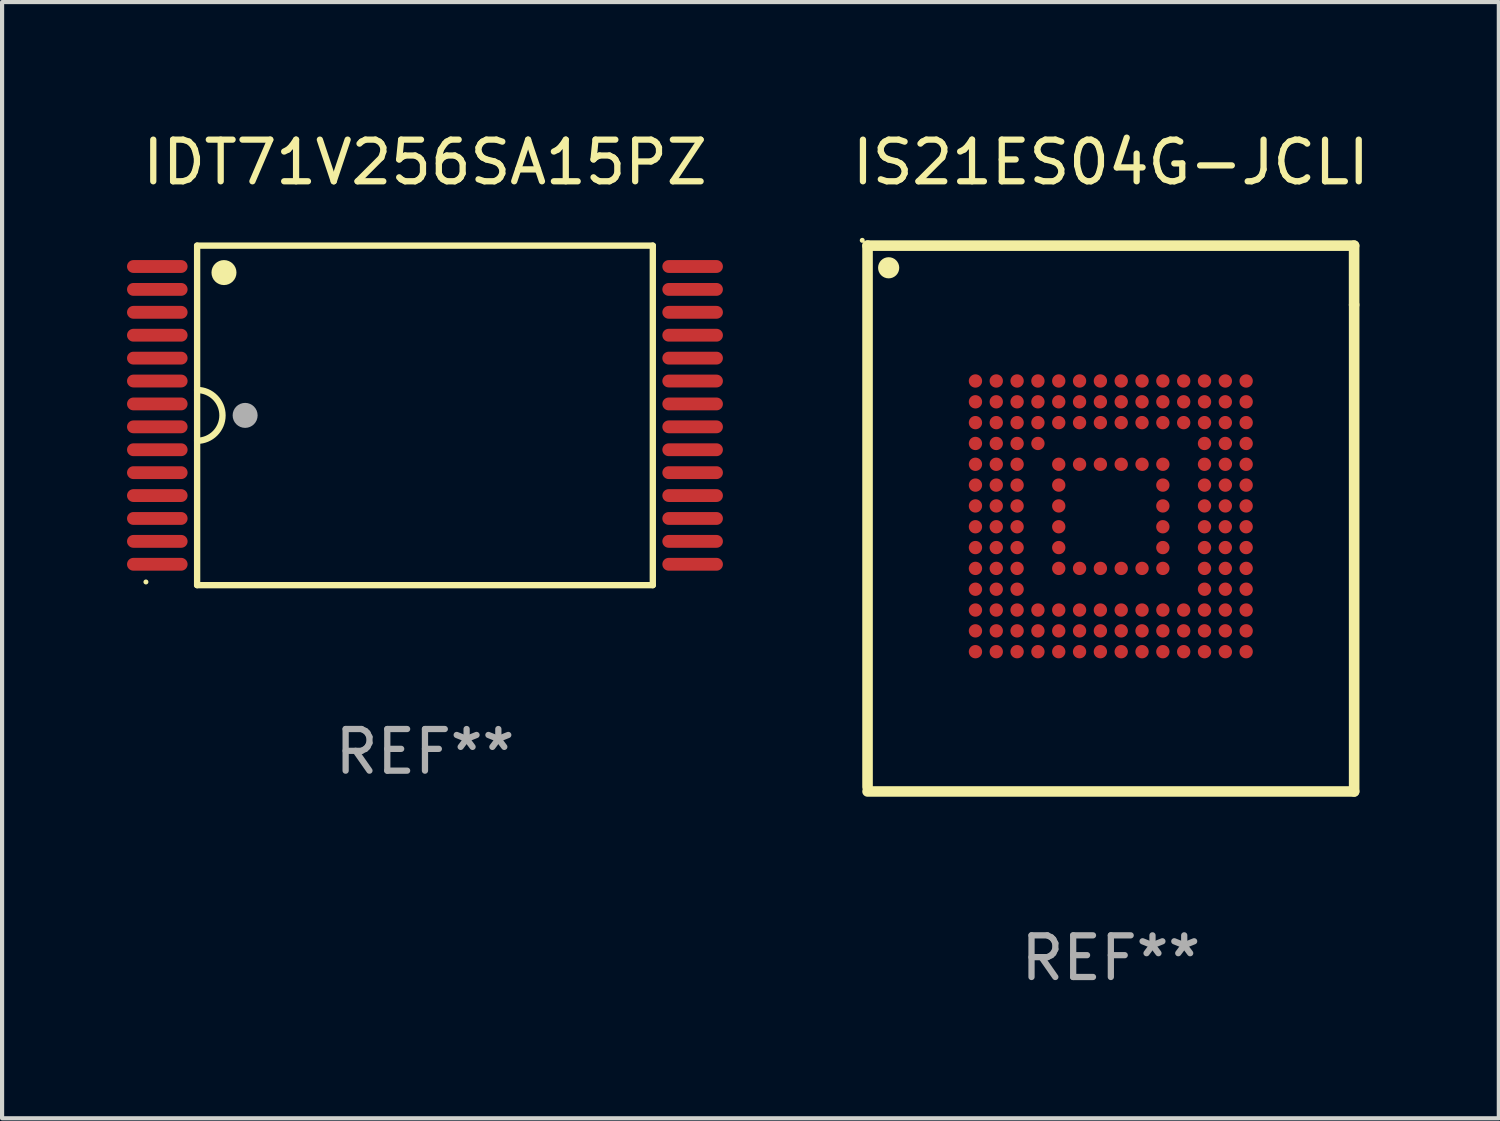
<source format=kicad_pcb>
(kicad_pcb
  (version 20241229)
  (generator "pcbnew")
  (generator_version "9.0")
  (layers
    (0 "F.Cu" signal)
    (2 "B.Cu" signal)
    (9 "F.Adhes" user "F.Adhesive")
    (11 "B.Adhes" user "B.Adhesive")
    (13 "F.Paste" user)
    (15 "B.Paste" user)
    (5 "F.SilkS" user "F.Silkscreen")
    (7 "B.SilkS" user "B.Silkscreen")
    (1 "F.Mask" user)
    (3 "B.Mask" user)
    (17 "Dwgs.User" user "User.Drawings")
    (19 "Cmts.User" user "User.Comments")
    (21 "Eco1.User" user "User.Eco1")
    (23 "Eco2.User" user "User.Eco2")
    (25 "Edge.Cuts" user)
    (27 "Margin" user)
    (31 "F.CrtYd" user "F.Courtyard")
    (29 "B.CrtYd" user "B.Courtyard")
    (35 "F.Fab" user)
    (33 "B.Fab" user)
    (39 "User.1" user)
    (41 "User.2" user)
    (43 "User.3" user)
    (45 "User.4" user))
  (footprint "IDT71V256SA15PZ"
    (layer "F.Cu")
    (at 7.154 6.924)
    (property "Reference" "IDT71V256SA15PZ" (at 0 -6.076 0) (layer "F.SilkS") (effects (font (size 1 1) (thickness 0.15))))
    (attr through_hole)
    (fp_line (start -5.471 -4.076) (end 5.471 -4.076) (stroke (width 0.152) (type solid)) (layer "F.SilkS"))
    (fp_line (start -5.471 4.076) (end -5.471 -4.076) (stroke (width 0.152) (type solid)) (layer "F.SilkS"))
    (fp_line (start 5.471 -4.076) (end 5.471 4.076) (stroke (width 0.152) (type solid)) (layer "F.SilkS"))
    (fp_line (start 5.471 4.076) (end -5.471 4.076) (stroke (width 0.152) (type solid)) (layer "F.SilkS"))
    (fp_arc (start -5.471424 -0.609524) (mid -4.861875 -0.000113) (end -5.471171 0.60955) (stroke (width 0.1524) (type solid)) (layer "F.SilkS"))
    (fp_circle (center -6.7 4) (end -6.67 4) (stroke (width 0.06) (type solid)) (fill no) (layer "F.SilkS"))
    (fp_circle (center -4.826 -3.429) (end -4.676 -3.429) (stroke (width 0.3) (type solid)) (fill no) (layer "F.SilkS"))
    (fp_circle (center -4.318 0) (end -4.168 0) (stroke (width 0.3) (type solid)) (fill no) (layer "F.Fab"))
    (fp_text user "REF**" (at 0 8.076 0) (layer "F.Fab") (effects (font (size 1 1) (thickness 0.15))))
    (pad "1" smd oval (at -6.427 0.275 270) (size 0.308 1.454) (layers "F.Cu" "F.Mask" "F.Paste"))
    (pad "2" smd oval (at -6.427 0.825 270) (size 0.308 1.454) (layers "F.Cu" "F.Mask" "F.Paste"))
    (pad "3" smd oval (at -6.427 1.375 270) (size 0.308 1.454) (layers "F.Cu" "F.Mask" "F.Paste"))
    (pad "4" smd oval (at -6.427 1.925 270) (size 0.308 1.454) (layers "F.Cu" "F.Mask" "F.Paste"))
    (pad "5" smd oval (at -6.427 2.475 270) (size 0.308 1.454) (layers "F.Cu" "F.Mask" "F.Paste"))
    (pad "6" smd oval (at -6.427 3.025 270) (size 0.308 1.454) (layers "F.Cu" "F.Mask" "F.Paste"))
    (pad "7" smd oval (at -6.427 3.575 270) (size 0.308 1.454) (layers "F.Cu" "F.Mask" "F.Paste"))
    (pad "8" smd oval (at 6.427 3.575 270) (size 0.308 1.454) (layers "F.Cu" "F.Mask" "F.Paste"))
    (pad "9" smd oval (at 6.427 3.025 270) (size 0.308 1.454) (layers "F.Cu" "F.Mask" "F.Paste"))
    (pad "10" smd oval (at 6.427 2.475 270) (size 0.308 1.454) (layers "F.Cu" "F.Mask" "F.Paste"))
    (pad "11" smd oval (at 6.427 1.925 270) (size 0.308 1.454) (layers "F.Cu" "F.Mask" "F.Paste"))
    (pad "12" smd oval (at 6.427 1.375 270) (size 0.308 1.454) (layers "F.Cu" "F.Mask" "F.Paste"))
    (pad "13" smd oval (at 6.427 0.825 270) (size 0.308 1.454) (layers "F.Cu" "F.Mask" "F.Paste"))
    (pad "14" smd oval (at 6.427 0.275 270) (size 0.308 1.454) (layers "F.Cu" "F.Mask" "F.Paste"))
    (pad "15" smd oval (at 6.427 -0.275 270) (size 0.308 1.454) (layers "F.Cu" "F.Mask" "F.Paste"))
    (pad "16" smd oval (at 6.427 -0.825 270) (size 0.308 1.454) (layers "F.Cu" "F.Mask" "F.Paste"))
    (pad "17" smd oval (at 6.427 -1.375 270) (size 0.308 1.454) (layers "F.Cu" "F.Mask" "F.Paste"))
    (pad "18" smd oval (at 6.427 -1.925 270) (size 0.308 1.454) (layers "F.Cu" "F.Mask" "F.Paste"))
    (pad "19" smd oval (at 6.427 -2.475 270) (size 0.308 1.454) (layers "F.Cu" "F.Mask" "F.Paste"))
    (pad "20" smd oval (at 6.427 -3.025 270) (size 0.308 1.454) (layers "F.Cu" "F.Mask" "F.Paste"))
    (pad "21" smd oval (at 6.427 -3.575 270) (size 0.308 1.454) (layers "F.Cu" "F.Mask" "F.Paste"))
    (pad "22" smd oval (at -6.427 -3.575 270) (size 0.308 1.454) (layers "F.Cu" "F.Mask" "F.Paste"))
    (pad "23" smd oval (at -6.427 -3.025 270) (size 0.308 1.454) (layers "F.Cu" "F.Mask" "F.Paste"))
    (pad "24" smd oval (at -6.427 -2.475 270) (size 0.308 1.454) (layers "F.Cu" "F.Mask" "F.Paste"))
    (pad "25" smd oval (at -6.427 -1.925 270) (size 0.308 1.454) (layers "F.Cu" "F.Mask" "F.Paste"))
    (pad "26" smd oval (at -6.427 -1.375 270) (size 0.308 1.454) (layers "F.Cu" "F.Mask" "F.Paste"))
    (pad "27" smd oval (at -6.427 -0.825 270) (size 0.308 1.454) (layers "F.Cu" "F.Mask" "F.Paste"))
    (pad "28" smd oval (at -6.427 -0.275 270) (size 0.308 1.454) (layers "F.Cu" "F.Mask" "F.Paste")))
  (footprint "IS21ES04G-JCLI"
    (layer "F.Cu")
    (at 23.623 9.401)
    (property "Reference" "IS21ES04G-JCLI" (at 0 -8.553 0) (layer "F.SilkS") (effects (font (size 1 1) (thickness 0.15))))
    (attr through_hole)
    (fp_line (start -5.842 -6.553) (end 5.841 -6.553) (stroke (width 0.254) (type solid)) (layer "F.SilkS"))
    (fp_line (start -5.842 6.447) (end -5.842 -6.553) (stroke (width 0.254) (type solid)) (layer "F.SilkS"))
    (fp_line (start -5.842 6.553) (end 5.842 6.553) (stroke (width 0.254) (type solid)) (layer "F.SilkS"))
    (fp_line (start 5.841 -6.553) (end 5.841 -5.131) (stroke (width 0.254) (type solid)) (layer "F.SilkS"))
    (fp_line (start 5.842 6.553) (end 5.842 -5.131) (stroke (width 0.254) (type solid)) (layer "F.SilkS"))
    (fp_circle (center -5.969 -6.68) (end -5.939 -6.68) (stroke (width 0.06) (type solid)) (fill no) (layer "F.SilkS"))
    (fp_circle (center -5.335 -6.021) (end -5.208 -6.021) (stroke (width 0.254) (type solid)) (fill no) (layer "F.SilkS"))
    (fp_text user "REF**" (at 0 10.553 0) (layer "F.Fab") (effects (font (size 1 1) (thickness 0.15))))
    (pad "A1" smd circle (at -3.251 -3.303) (size 0.32 0.32) (layers "F.Cu" "F.Mask" "F.Paste"))
    (pad "A2" smd circle (at -2.751 -3.303) (size 0.32 0.32) (layers "F.Cu" "F.Mask" "F.Paste"))
    (pad "A3" smd circle (at -2.251 -3.303) (size 0.32 0.32) (layers "F.Cu" "F.Mask" "F.Paste"))
    (pad "A4" smd circle (at -1.751 -3.303) (size 0.32 0.32) (layers "F.Cu" "F.Mask" "F.Paste"))
    (pad "A5" smd circle (at -1.251 -3.303) (size 0.32 0.32) (layers "F.Cu" "F.Mask" "F.Paste"))
    (pad "A6" smd circle (at -0.751 -3.303) (size 0.32 0.32) (layers "F.Cu" "F.Mask" "F.Paste"))
    (pad "A7" smd circle (at -0.251 -3.303) (size 0.32 0.32) (layers "F.Cu" "F.Mask" "F.Paste"))
    (pad "A8" smd circle (at 0.249 -3.303) (size 0.32 0.32) (layers "F.Cu" "F.Mask" "F.Paste"))
    (pad "A9" smd circle (at 0.749 -3.303) (size 0.32 0.32) (layers "F.Cu" "F.Mask" "F.Paste"))
    (pad "A10" smd circle (at 1.249 -3.303) (size 0.32 0.32) (layers "F.Cu" "F.Mask" "F.Paste"))
    (pad "A11" smd circle (at 1.749 -3.303) (size 0.32 0.32) (layers "F.Cu" "F.Mask" "F.Paste"))
    (pad "A12" smd circle (at 2.249 -3.303) (size 0.32 0.32) (layers "F.Cu" "F.Mask" "F.Paste"))
    (pad "A13" smd circle (at 2.749 -3.303) (size 0.32 0.32) (layers "F.Cu" "F.Mask" "F.Paste"))
    (pad "A14" smd circle (at 3.249 -3.303) (size 0.32 0.32) (layers "F.Cu" "F.Mask" "F.Paste"))
    (pad "B1" smd circle (at -3.251 -2.803) (size 0.32 0.32) (layers "F.Cu" "F.Mask" "F.Paste"))
    (pad "B2" smd circle (at -2.751 -2.803) (size 0.32 0.32) (layers "F.Cu" "F.Mask" "F.Paste"))
    (pad "B3" smd circle (at -2.251 -2.803) (size 0.32 0.32) (layers "F.Cu" "F.Mask" "F.Paste"))
    (pad "B4" smd circle (at -1.751 -2.803) (size 0.32 0.32) (layers "F.Cu" "F.Mask" "F.Paste"))
    (pad "B5" smd circle (at -1.251 -2.803) (size 0.32 0.32) (layers "F.Cu" "F.Mask" "F.Paste"))
    (pad "B6" smd circle (at -0.751 -2.803) (size 0.32 0.32) (layers "F.Cu" "F.Mask" "F.Paste"))
    (pad "B7" smd circle (at -0.251 -2.803) (size 0.32 0.32) (layers "F.Cu" "F.Mask" "F.Paste"))
    (pad "B8" smd circle (at 0.249 -2.803) (size 0.32 0.32) (layers "F.Cu" "F.Mask" "F.Paste"))
    (pad "B9" smd circle (at 0.749 -2.803) (size 0.32 0.32) (layers "F.Cu" "F.Mask" "F.Paste"))
    (pad "B10" smd circle (at 1.249 -2.803) (size 0.32 0.32) (layers "F.Cu" "F.Mask" "F.Paste"))
    (pad "B11" smd circle (at 1.749 -2.803) (size 0.32 0.32) (layers "F.Cu" "F.Mask" "F.Paste"))
    (pad "B12" smd circle (at 2.249 -2.803) (size 0.32 0.32) (layers "F.Cu" "F.Mask" "F.Paste"))
    (pad "B13" smd circle (at 2.749 -2.803) (size 0.32 0.32) (layers "F.Cu" "F.Mask" "F.Paste"))
    (pad "B14" smd circle (at 3.249 -2.803) (size 0.32 0.32) (layers "F.Cu" "F.Mask" "F.Paste"))
    (pad "C1" smd circle (at -3.251 -2.303) (size 0.32 0.32) (layers "F.Cu" "F.Mask" "F.Paste"))
    (pad "C2" smd circle (at -2.751 -2.303) (size 0.32 0.32) (layers "F.Cu" "F.Mask" "F.Paste"))
    (pad "C3" smd circle (at -2.251 -2.303) (size 0.32 0.32) (layers "F.Cu" "F.Mask" "F.Paste"))
    (pad "C4" smd circle (at -1.751 -2.303) (size 0.32 0.32) (layers "F.Cu" "F.Mask" "F.Paste"))
    (pad "C5" smd circle (at -1.251 -2.303) (size 0.32 0.32) (layers "F.Cu" "F.Mask" "F.Paste"))
    (pad "C6" smd circle (at -0.751 -2.303) (size 0.32 0.32) (layers "F.Cu" "F.Mask" "F.Paste"))
    (pad "C7" smd circle (at -0.251 -2.303) (size 0.32 0.32) (layers "F.Cu" "F.Mask" "F.Paste"))
    (pad "C8" smd circle (at 0.249 -2.303) (size 0.32 0.32) (layers "F.Cu" "F.Mask" "F.Paste"))
    (pad "C9" smd circle (at 0.749 -2.303) (size 0.32 0.32) (layers "F.Cu" "F.Mask" "F.Paste"))
    (pad "C10" smd circle (at 1.249 -2.303) (size 0.32 0.32) (layers "F.Cu" "F.Mask" "F.Paste"))
    (pad "C11" smd circle (at 1.749 -2.303) (size 0.32 0.32) (layers "F.Cu" "F.Mask" "F.Paste"))
    (pad "C12" smd circle (at 2.249 -2.303) (size 0.32 0.32) (layers "F.Cu" "F.Mask" "F.Paste"))
    (pad "C13" smd circle (at 2.749 -2.303) (size 0.32 0.32) (layers "F.Cu" "F.Mask" "F.Paste"))
    (pad "C14" smd circle (at 3.249 -2.303) (size 0.32 0.32) (layers "F.Cu" "F.Mask" "F.Paste"))
    (pad "D1" smd circle (at -3.251 -1.803) (size 0.32 0.32) (layers "F.Cu" "F.Mask" "F.Paste"))
    (pad "D2" smd circle (at -2.751 -1.803) (size 0.32 0.32) (layers "F.Cu" "F.Mask" "F.Paste"))
    (pad "D3" smd circle (at -2.251 -1.803) (size 0.32 0.32) (layers "F.Cu" "F.Mask" "F.Paste"))
    (pad "D4" smd circle (at -1.751 -1.803) (size 0.32 0.32) (layers "F.Cu" "F.Mask" "F.Paste"))
    (pad "D12" smd circle (at 2.249 -1.803) (size 0.32 0.32) (layers "F.Cu" "F.Mask" "F.Paste"))
    (pad "D13" smd circle (at 2.749 -1.803) (size 0.32 0.32) (layers "F.Cu" "F.Mask" "F.Paste"))
    (pad "D14" smd circle (at 3.249 -1.803) (size 0.32 0.32) (layers "F.Cu" "F.Mask" "F.Paste"))
    (pad "E1" smd circle (at -3.251 -1.303) (size 0.32 0.32) (layers "F.Cu" "F.Mask" "F.Paste"))
    (pad "E2" smd circle (at -2.751 -1.303) (size 0.32 0.32) (layers "F.Cu" "F.Mask" "F.Paste"))
    (pad "E3" smd circle (at -2.251 -1.303) (size 0.32 0.32) (layers "F.Cu" "F.Mask" "F.Paste"))
    (pad "E5" smd circle (at -1.251 -1.303) (size 0.32 0.32) (layers "F.Cu" "F.Mask" "F.Paste"))
    (pad "E6" smd circle (at -0.751 -1.303) (size 0.32 0.32) (layers "F.Cu" "F.Mask" "F.Paste"))
    (pad "E7" smd circle (at -0.251 -1.303) (size 0.32 0.32) (layers "F.Cu" "F.Mask" "F.Paste"))
    (pad "E8" smd circle (at 0.249 -1.303) (size 0.32 0.32) (layers "F.Cu" "F.Mask" "F.Paste"))
    (pad "E9" smd circle (at 0.749 -1.303) (size 0.32 0.32) (layers "F.Cu" "F.Mask" "F.Paste"))
    (pad "E10" smd circle (at 1.249 -1.303) (size 0.32 0.32) (layers "F.Cu" "F.Mask" "F.Paste"))
    (pad "E12" smd circle (at 2.249 -1.303) (size 0.32 0.32) (layers "F.Cu" "F.Mask" "F.Paste"))
    (pad "E13" smd circle (at 2.749 -1.303) (size 0.32 0.32) (layers "F.Cu" "F.Mask" "F.Paste"))
    (pad "E14" smd circle (at 3.249 -1.303) (size 0.32 0.32) (layers "F.Cu" "F.Mask" "F.Paste"))
    (pad "F1" smd circle (at -3.251 -0.803) (size 0.32 0.32) (layers "F.Cu" "F.Mask" "F.Paste"))
    (pad "F2" smd circle (at -2.751 -0.803) (size 0.32 0.32) (layers "F.Cu" "F.Mask" "F.Paste"))
    (pad "F3" smd circle (at -2.251 -0.803) (size 0.32 0.32) (layers "F.Cu" "F.Mask" "F.Paste"))
    (pad "F5" smd circle (at -1.251 -0.803) (size 0.32 0.32) (layers "F.Cu" "F.Mask" "F.Paste"))
    (pad "F10" smd circle (at 1.249 -0.803) (size 0.32 0.32) (layers "F.Cu" "F.Mask" "F.Paste"))
    (pad "F12" smd circle (at 2.249 -0.803) (size 0.32 0.32) (layers "F.Cu" "F.Mask" "F.Paste"))
    (pad "F13" smd circle (at 2.749 -0.803) (size 0.32 0.32) (layers "F.Cu" "F.Mask" "F.Paste"))
    (pad "F14" smd circle (at 3.249 -0.803) (size 0.32 0.32) (layers "F.Cu" "F.Mask" "F.Paste"))
    (pad "G1" smd circle (at -3.251 -0.303) (size 0.32 0.32) (layers "F.Cu" "F.Mask" "F.Paste"))
    (pad "G2" smd circle (at -2.751 -0.303) (size 0.32 0.32) (layers "F.Cu" "F.Mask" "F.Paste"))
    (pad "G3" smd circle (at -2.251 -0.303) (size 0.32 0.32) (layers "F.Cu" "F.Mask" "F.Paste"))
    (pad "G5" smd circle (at -1.251 -0.303) (size 0.32 0.32) (layers "F.Cu" "F.Mask" "F.Paste"))
    (pad "G10" smd circle (at 1.249 -0.303) (size 0.32 0.32) (layers "F.Cu" "F.Mask" "F.Paste"))
    (pad "G12" smd circle (at 2.249 -0.303) (size 0.32 0.32) (layers "F.Cu" "F.Mask" "F.Paste"))
    (pad "G13" smd circle (at 2.749 -0.303) (size 0.32 0.32) (layers "F.Cu" "F.Mask" "F.Paste"))
    (pad "G14" smd circle (at 3.249 -0.303) (size 0.32 0.32) (layers "F.Cu" "F.Mask" "F.Paste"))
    (pad "H1" smd circle (at -3.251 0.197) (size 0.32 0.32) (layers "F.Cu" "F.Mask" "F.Paste"))
    (pad "H2" smd circle (at -2.751 0.197) (size 0.32 0.32) (layers "F.Cu" "F.Mask" "F.Paste"))
    (pad "H3" smd circle (at -2.251 0.197) (size 0.32 0.32) (layers "F.Cu" "F.Mask" "F.Paste"))
    (pad "H5" smd circle (at -1.251 0.197) (size 0.32 0.32) (layers "F.Cu" "F.Mask" "F.Paste"))
    (pad "H10" smd circle (at 1.249 0.197) (size 0.32 0.32) (layers "F.Cu" "F.Mask" "F.Paste"))
    (pad "H12" smd circle (at 2.249 0.197) (size 0.32 0.32) (layers "F.Cu" "F.Mask" "F.Paste"))
    (pad "H13" smd circle (at 2.749 0.197) (size 0.32 0.32) (layers "F.Cu" "F.Mask" "F.Paste"))
    (pad "H14" smd circle (at 3.249 0.197) (size 0.32 0.32) (layers "F.Cu" "F.Mask" "F.Paste"))
    (pad "J1" smd circle (at -3.251 0.697) (size 0.32 0.32) (layers "F.Cu" "F.Mask" "F.Paste"))
    (pad "J2" smd circle (at -2.751 0.697) (size 0.32 0.32) (layers "F.Cu" "F.Mask" "F.Paste"))
    (pad "J3" smd circle (at -2.251 0.697) (size 0.32 0.32) (layers "F.Cu" "F.Mask" "F.Paste"))
    (pad "J5" smd circle (at -1.251 0.697) (size 0.32 0.32) (layers "F.Cu" "F.Mask" "F.Paste"))
    (pad "J10" smd circle (at 1.249 0.697) (size 0.32 0.32) (layers "F.Cu" "F.Mask" "F.Paste"))
    (pad "J12" smd circle (at 2.249 0.697) (size 0.32 0.32) (layers "F.Cu" "F.Mask" "F.Paste"))
    (pad "J13" smd circle (at 2.749 0.697) (size 0.32 0.32) (layers "F.Cu" "F.Mask" "F.Paste"))
    (pad "J14" smd circle (at 3.249 0.697) (size 0.32 0.32) (layers "F.Cu" "F.Mask" "F.Paste"))
    (pad "K1" smd circle (at -3.251 1.197) (size 0.32 0.32) (layers "F.Cu" "F.Mask" "F.Paste"))
    (pad "K2" smd circle (at -2.751 1.197) (size 0.32 0.32) (layers "F.Cu" "F.Mask" "F.Paste"))
    (pad "K3" smd circle (at -2.251 1.197) (size 0.32 0.32) (layers "F.Cu" "F.Mask" "F.Paste"))
    (pad "K5" smd circle (at -1.251 1.197) (size 0.32 0.32) (layers "F.Cu" "F.Mask" "F.Paste"))
    (pad "K6" smd circle (at -0.751 1.197) (size 0.32 0.32) (layers "F.Cu" "F.Mask" "F.Paste"))
    (pad "K7" smd circle (at -0.251 1.197) (size 0.32 0.32) (layers "F.Cu" "F.Mask" "F.Paste"))
    (pad "K8" smd circle (at 0.249 1.197) (size 0.32 0.32) (layers "F.Cu" "F.Mask" "F.Paste"))
    (pad "K9" smd circle (at 0.749 1.197) (size 0.32 0.32) (layers "F.Cu" "F.Mask" "F.Paste"))
    (pad "K10" smd circle (at 1.249 1.197) (size 0.32 0.32) (layers "F.Cu" "F.Mask" "F.Paste"))
    (pad "K12" smd circle (at 2.249 1.197) (size 0.32 0.32) (layers "F.Cu" "F.Mask" "F.Paste"))
    (pad "K13" smd circle (at 2.749 1.197) (size 0.32 0.32) (layers "F.Cu" "F.Mask" "F.Paste"))
    (pad "K14" smd circle (at 3.249 1.197) (size 0.32 0.32) (layers "F.Cu" "F.Mask" "F.Paste"))
    (pad "L1" smd circle (at -3.251 1.697) (size 0.32 0.32) (layers "F.Cu" "F.Mask" "F.Paste"))
    (pad "L2" smd circle (at -2.751 1.697) (size 0.32 0.32) (layers "F.Cu" "F.Mask" "F.Paste"))
    (pad "L3" smd circle (at -2.251 1.697) (size 0.32 0.32) (layers "F.Cu" "F.Mask" "F.Paste"))
    (pad "L12" smd circle (at 2.249 1.697) (size 0.32 0.32) (layers "F.Cu" "F.Mask" "F.Paste"))
    (pad "L13" smd circle (at 2.749 1.697) (size 0.32 0.32) (layers "F.Cu" "F.Mask" "F.Paste"))
    (pad "L14" smd circle (at 3.249 1.697) (size 0.32 0.32) (layers "F.Cu" "F.Mask" "F.Paste"))
    (pad "M1" smd circle (at -3.251 2.197) (size 0.32 0.32) (layers "F.Cu" "F.Mask" "F.Paste"))
    (pad "M2" smd circle (at -2.751 2.197) (size 0.32 0.32) (layers "F.Cu" "F.Mask" "F.Paste"))
    (pad "M3" smd circle (at -2.251 2.197) (size 0.32 0.32) (layers "F.Cu" "F.Mask" "F.Paste"))
    (pad "M4" smd circle (at -1.751 2.197) (size 0.32 0.32) (layers "F.Cu" "F.Mask" "F.Paste"))
    (pad "M5" smd circle (at -1.251 2.197) (size 0.32 0.32) (layers "F.Cu" "F.Mask" "F.Paste"))
    (pad "M6" smd circle (at -0.751 2.197) (size 0.32 0.32) (layers "F.Cu" "F.Mask" "F.Paste"))
    (pad "M7" smd circle (at -0.251 2.197) (size 0.32 0.32) (layers "F.Cu" "F.Mask" "F.Paste"))
    (pad "M8" smd circle (at 0.249 2.197) (size 0.32 0.32) (layers "F.Cu" "F.Mask" "F.Paste"))
    (pad "M9" smd circle (at 0.749 2.197) (size 0.32 0.32) (layers "F.Cu" "F.Mask" "F.Paste"))
    (pad "M10" smd circle (at 1.249 2.197) (size 0.32 0.32) (layers "F.Cu" "F.Mask" "F.Paste"))
    (pad "M11" smd circle (at 1.749 2.197) (size 0.32 0.32) (layers "F.Cu" "F.Mask" "F.Paste"))
    (pad "M12" smd circle (at 2.249 2.197) (size 0.32 0.32) (layers "F.Cu" "F.Mask" "F.Paste"))
    (pad "M13" smd circle (at 2.749 2.197) (size 0.32 0.32) (layers "F.Cu" "F.Mask" "F.Paste"))
    (pad "M14" smd circle (at 3.249 2.197) (size 0.32 0.32) (layers "F.Cu" "F.Mask" "F.Paste"))
    (pad "N1" smd circle (at -3.251 2.697) (size 0.32 0.32) (layers "F.Cu" "F.Mask" "F.Paste"))
    (pad "N2" smd circle (at -2.751 2.697) (size 0.32 0.32) (layers "F.Cu" "F.Mask" "F.Paste"))
    (pad "N3" smd circle (at -2.251 2.697) (size 0.32 0.32) (layers "F.Cu" "F.Mask" "F.Paste"))
    (pad "N4" smd circle (at -1.751 2.697) (size 0.32 0.32) (layers "F.Cu" "F.Mask" "F.Paste"))
    (pad "N5" smd circle (at -1.251 2.697) (size 0.32 0.32) (layers "F.Cu" "F.Mask" "F.Paste"))
    (pad "N6" smd circle (at -0.751 2.697) (size 0.32 0.32) (layers "F.Cu" "F.Mask" "F.Paste"))
    (pad "N7" smd circle (at -0.251 2.697) (size 0.32 0.32) (layers "F.Cu" "F.Mask" "F.Paste"))
    (pad "N8" smd circle (at 0.249 2.697) (size 0.32 0.32) (layers "F.Cu" "F.Mask" "F.Paste"))
    (pad "N9" smd circle (at 0.749 2.697) (size 0.32 0.32) (layers "F.Cu" "F.Mask" "F.Paste"))
    (pad "N10" smd circle (at 1.249 2.697) (size 0.32 0.32) (layers "F.Cu" "F.Mask" "F.Paste"))
    (pad "N11" smd circle (at 1.749 2.697) (size 0.32 0.32) (layers "F.Cu" "F.Mask" "F.Paste"))
    (pad "N12" smd circle (at 2.249 2.697) (size 0.32 0.32) (layers "F.Cu" "F.Mask" "F.Paste"))
    (pad "N13" smd circle (at 2.749 2.697) (size 0.32 0.32) (layers "F.Cu" "F.Mask" "F.Paste"))
    (pad "N14" smd circle (at 3.249 2.697) (size 0.32 0.32) (layers "F.Cu" "F.Mask" "F.Paste"))
    (pad "P1" smd circle (at -3.251 3.197) (size 0.32 0.32) (layers "F.Cu" "F.Mask" "F.Paste"))
    (pad "P2" smd circle (at -2.751 3.197) (size 0.32 0.32) (layers "F.Cu" "F.Mask" "F.Paste"))
    (pad "P3" smd circle (at -2.251 3.197) (size 0.32 0.32) (layers "F.Cu" "F.Mask" "F.Paste"))
    (pad "P4" smd circle (at -1.751 3.197) (size 0.32 0.32) (layers "F.Cu" "F.Mask" "F.Paste"))
    (pad "P5" smd circle (at -1.251 3.197) (size 0.32 0.32) (layers "F.Cu" "F.Mask" "F.Paste"))
    (pad "P6" smd circle (at -0.751 3.197) (size 0.32 0.32) (layers "F.Cu" "F.Mask" "F.Paste"))
    (pad "P7" smd circle (at -0.251 3.197) (size 0.32 0.32) (layers "F.Cu" "F.Mask" "F.Paste"))
    (pad "P8" smd circle (at 0.249 3.197) (size 0.32 0.32) (layers "F.Cu" "F.Mask" "F.Paste"))
    (pad "P9" smd circle (at 0.749 3.197) (size 0.32 0.32) (layers "F.Cu" "F.Mask" "F.Paste"))
    (pad "P10" smd circle (at 1.249 3.197) (size 0.32 0.32) (layers "F.Cu" "F.Mask" "F.Paste"))
    (pad "P11" smd circle (at 1.749 3.197) (size 0.32 0.32) (layers "F.Cu" "F.Mask" "F.Paste"))
    (pad "P12" smd circle (at 2.249 3.197) (size 0.32 0.32) (layers "F.Cu" "F.Mask" "F.Paste"))
    (pad "P13" smd circle (at 2.749 3.197) (size 0.32 0.32) (layers "F.Cu" "F.Mask" "F.Paste"))
    (pad "P14" smd circle (at 3.249 3.197) (size 0.32 0.32) (layers "F.Cu" "F.Mask" "F.Paste")))
  (gr_rect
    (start -3 -3)
    (end 32.939 23.802)
    (stroke (width 0.1) (type default))
    (fill no)
    (layer "Edge.Cuts")))
</source>
